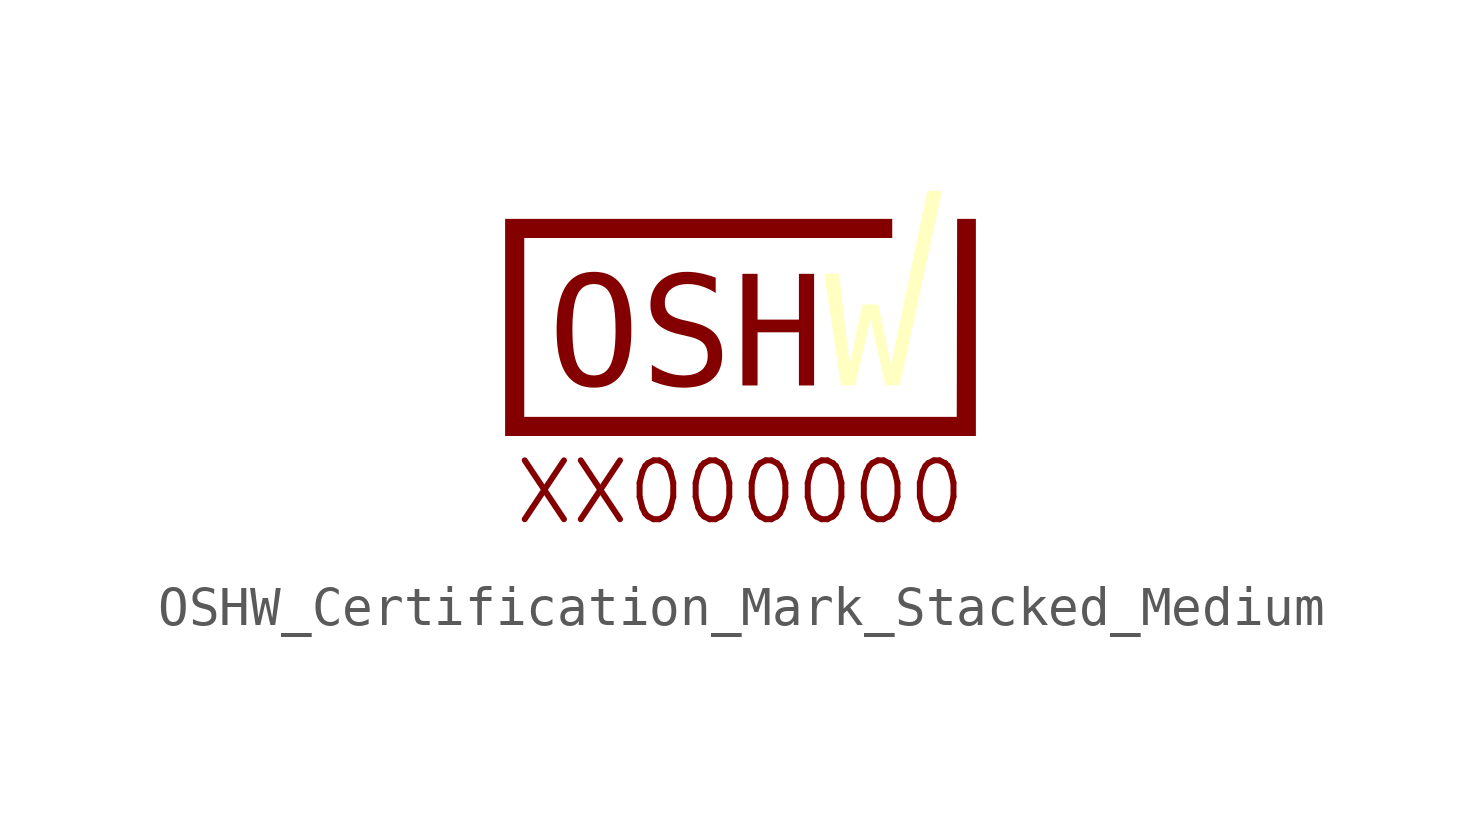
<source format=kicad_sym>
(kicad_symbol_lib
  (version 20241209)
  (generator "kicad_symbol_editor")
  (generator_version "9.0")
  (symbol "OSHW_Certification_Mark_Stacked_Medium"
    (property "Reference" "LOGO"
      (at 0 0 0)
      (effects (font (size 1.27 1.27)) (hide yes)))
    (symbol "OSHW_Certification_Mark_Stacked_Medium_0_1"
      (polyline (pts (xy -3.676 1.047) (xy -3.619 1.042) (xy -3.563 1.035) (xy -3.51 1.025) (xy -3.458 1.012) (xy -3.409 0.997) (xy -3.361 0.978) (xy -3.315 0.957) (xy -3.272 0.932) (xy -3.23 0.905) (xy -3.19 0.875) (xy -3.152 0.842) (xy -3.115 0.807) (xy -3.081 0.768) (xy -3.049 0.727) (xy -3.019 0.682) (xy -2.99 0.635) (xy -2.963 0.585) (xy -2.939 0.532) (xy -2.916 0.476) (xy -2.894 0.416) (xy -2.875 0.354) (xy -2.857 0.289) (xy -2.842 0.222) (xy -2.828 0.151) (xy -2.816 0.077) (xy -2.806 -0.0002) (xy -2.797 -0.08) (xy -2.791 -0.163) (xy -2.786 -0.249) (xy -2.784 -0.337) (xy -2.783 -0.429) (xy -2.784 -0.52) (xy -2.786 -0.609) (xy -2.791 -0.694) (xy -2.797 -0.777) (xy -2.806 -0.857) (xy -2.816 -0.933) (xy -2.828 -1.007) (xy -2.842 -1.078) (xy -2.857 -1.146) (xy -2.875 -1.211) (xy -2.894 -1.273) (xy -2.916 -1.332) (xy -2.939 -1.388) (xy -2.963 -1.441) (xy -2.99 -1.491) (xy -3.019 -1.538) (xy -3.034 -1.561) (xy -3.049 -1.583) (xy -3.065 -1.604) (xy -3.081 -1.624) (xy -3.098 -1.644) (xy -3.115 -1.663) (xy -3.133 -1.681) (xy -3.152 -1.698) (xy -3.17 -1.715) (xy -3.19 -1.731) (xy -3.209 -1.747) (xy -3.23 -1.761) (xy -3.25 -1.775) (xy -3.272 -1.788) (xy -3.293 -1.801) (xy -3.315 -1.813) (xy -3.338 -1.824) (xy -3.361 -1.834) (xy -3.385 -1.844) (xy -3.409 -1.853) (xy -3.433 -1.861) (xy -3.458 -1.869) (xy -3.484 -1.875) (xy -3.51 -1.881) (xy -3.536 -1.887) (xy -3.563 -1.891) (xy -3.619 -1.899) (xy -3.676 -1.903) (xy -3.736 -1.904) (xy -3.795 -1.903) (xy -3.852 -1.899) (xy -3.908 -1.891) (xy -3.961 -1.881) (xy -4.013 -1.869) (xy -4.062 -1.853) (xy -4.11 -1.835) (xy -4.156 -1.813) (xy -4.2 -1.789) (xy -4.242 -1.762) (xy -4.282 -1.732) (xy -4.319 -1.699) (xy -4.356 -1.664) (xy -4.39 -1.625) (xy -4.422 -1.584) (xy -4.452 -1.54) (xy -4.481 -1.493) (xy -4.507 -1.443) (xy -4.532 -1.39) (xy -4.555 -1.334) (xy -4.576 -1.275) (xy -4.595 -1.213) (xy -4.612 -1.148) (xy -4.628 -1.08) (xy -4.642 -1.009) (xy -4.654 -0.935) (xy -4.664 -0.859) (xy -4.672 -0.779) (xy -4.678 -0.696) (xy -4.683 -0.61) (xy -4.686 -0.521) (xy -4.687 -0.429) (xy -4.285 -0.429) (xy -4.282 -0.58) (xy -4.277 -0.719) (xy -4.266 -0.848) (xy -4.253 -0.965) (xy -4.244 -1.02) (xy -4.235 -1.071) (xy -4.224 -1.12) (xy -4.213 -1.166) (xy -4.2 -1.21) (xy -4.187 -1.25) (xy -4.172 -1.288) (xy -4.157 -1.323) (xy -4.14 -1.355) (xy -4.131 -1.371) (xy -4.122 -1.386) (xy -4.112 -1.4) (xy -4.103 -1.414) (xy -4.092 -1.428) (xy -4.082 -1.44) (xy -4.071 -1.453) (xy -4.06 -1.465) (xy -4.048 -1.476) (xy -4.037 -1.487) (xy -4.025 -1.497) (xy -4.012 -1.507) (xy -4 -1.516) (xy -3.987 -1.524) (xy -3.973 -1.532) (xy -3.96 -1.54) (xy -3.946 -1.547) (xy -3.932 -1.554) (xy -3.917 -1.56) (xy -3.902 -1.565) (xy -3.887 -1.57) (xy -3.871 -1.575) (xy -3.855 -1.579) (xy -3.839 -1.582) (xy -3.823 -1.585) (xy -3.806 -1.587) (xy -3.789 -1.589) (xy -3.771 -1.591) (xy -3.736 -1.592) (xy -3.7 -1.591) (xy -3.665 -1.587) (xy -3.631 -1.582) (xy -3.599 -1.575) (xy -3.568 -1.565) (xy -3.539 -1.554) (xy -3.51 -1.54) (xy -3.483 -1.525) (xy -3.458 -1.507) (xy -3.433 -1.487) (xy -3.41 -1.466) (xy -3.389 -1.442) (xy -3.368 -1.415) (xy -3.349 -1.387) (xy -3.331 -1.357) (xy -3.314 -1.325) (xy -3.299 -1.29) (xy -3.284 -1.252) (xy -3.27 -1.211) (xy -3.258 -1.168) (xy -3.246 -1.122) (xy -3.235 -1.073) (xy -3.226 -1.021) (xy -3.217 -0.966) (xy -3.209 -0.909) (xy -3.203 -0.849) (xy -3.197 -0.786) (xy -3.193 -0.72) (xy -3.189 -0.651) (xy -3.187 -0.58) (xy -3.185 -0.506) (xy -3.185 -0.429) (xy -3.187 -0.278) (xy -3.193 -0.138) (xy -3.203 -0.009) (xy -3.217 0.109) (xy -3.226 0.163) (xy -3.235 0.215) (xy -3.246 0.264) (xy -3.258 0.31) (xy -3.27 0.353) (xy -3.284 0.394) (xy -3.299 0.432) (xy -3.314 0.467) (xy -3.331 0.499) (xy -3.34 0.515) (xy -3.349 0.53) (xy -3.358 0.544) (xy -3.368 0.558) (xy -3.378 0.572) (xy -3.389 0.585) (xy -3.399 0.597) (xy -3.41 0.609) (xy -3.422 0.62) (xy -3.433 0.631) (xy -3.446 0.641) (xy -3.458 0.651) (xy -3.47 0.66) (xy -3.483 0.668) (xy -3.497 0.677) (xy -3.51 0.684) (xy -3.524 0.691) (xy -3.539 0.698) (xy -3.553 0.704) (xy -3.568 0.709) (xy -3.584 0.714) (xy -3.599 0.719) (xy -3.615 0.723) (xy -3.631 0.726) (xy -3.648 0.729) (xy -3.665 0.732) (xy -3.682 0.733) (xy -3.7 0.735) (xy -3.736 0.736) (xy -3.771 0.735) (xy -3.806 0.732) (xy -3.839 0.726) (xy -3.871 0.719) (xy -3.902 0.709) (xy -3.932 0.698) (xy -3.96 0.684) (xy -3.987 0.668) (xy -4.012 0.651) (xy -4.037 0.631) (xy -4.06 0.609) (xy -4.082 0.585) (xy -4.103 0.558) (xy -4.122 0.53) (xy -4.14 0.499) (xy -4.157 0.467) (xy -4.172 0.432) (xy -4.187 0.394) (xy -4.2 0.353) (xy -4.213 0.31) (xy -4.224 0.264) (xy -4.235 0.215) (xy -4.244 0.163) (xy -4.253 0.109) (xy -4.26 0.051) (xy -4.266 -0.009) (xy -4.272 -0.072) (xy -4.277 -0.138) (xy -4.28 -0.206) (xy -4.282 -0.278) (xy -4.284 -0.352) (xy -4.285 -0.429) (xy -4.687 -0.429) (xy -4.686 -0.337) (xy -4.683 -0.249) (xy -4.678 -0.163) (xy -4.672 -0.08) (xy -4.664 -0.0002) (xy -4.654 0.077) (xy -4.642 0.151) (xy -4.628 0.222) (xy -4.612 0.289) (xy -4.595 0.354) (xy -4.576 0.416) (xy -4.555 0.476) (xy -4.532 0.532) (xy -4.507 0.585) (xy -4.481 0.635) (xy -4.452 0.682) (xy -4.437 0.705) (xy -4.422 0.727) (xy -4.406 0.748) (xy -4.389 0.768) (xy -4.372 0.788) (xy -4.355 0.807) (xy -4.337 0.825) (xy -4.319 0.842) (xy -4.3 0.859) (xy -4.281 0.875) (xy -4.261 0.891) (xy -4.241 0.905) (xy -4.22 0.919) (xy -4.199 0.932) (xy -4.177 0.945) (xy -4.155 0.957) (xy -4.132 0.968) (xy -4.109 0.978) (xy -4.086 0.988) (xy -4.061 0.997) (xy -4.037 1.005) (xy -4.012 1.012) (xy -3.986 1.019) (xy -3.961 1.025) (xy -3.907 1.035) (xy -3.852 1.042) (xy -3.795 1.047) (xy -3.736 1.048)) (stroke (width -0.0001) (type default)) (fill (type outline)))
      (polyline (pts (xy -2.783 -0.429) (xy -2.783 -0.429) (xy -2.783 -0.429)) (stroke (width -0.0001) (type default)) (fill (type outline)))
      (polyline (pts (xy -1.317 1.047) (xy -1.275 1.045) (xy -1.233 1.042) (xy -1.19 1.038) (xy -1.147 1.033) (xy -1.103 1.026) (xy -1.058 1.018) (xy -1.013 1.01) (xy -0.968 1) (xy -0.921 0.989) (xy -0.875 0.977) (xy -0.827 0.964) (xy -0.779 0.949) (xy -0.731 0.934) (xy -0.682 0.917) (xy -0.632 0.899) (xy -0.632 0.508) (xy -0.676 0.536) (xy -0.72 0.561) (xy -0.764 0.585) (xy -0.808 0.607) (xy -0.852 0.627) (xy -0.896 0.646) (xy -0.94 0.663) (xy -0.985 0.678) (xy -1.028 0.691) (xy -1.073 0.703) (xy -1.117 0.713) (xy -1.161 0.721) (xy -1.205 0.727) (xy -1.25 0.732) (xy -1.294 0.734) (xy -1.339 0.735) (xy -1.373 0.735) (xy -1.405 0.733) (xy -1.437 0.731) (xy -1.468 0.727) (xy -1.498 0.723) (xy -1.528 0.717) (xy -1.556 0.711) (xy -1.583 0.703) (xy -1.61 0.695) (xy -1.635 0.685) (xy -1.66 0.675) (xy -1.684 0.663) (xy -1.706 0.651) (xy -1.728 0.637) (xy -1.75 0.623) (xy -1.77 0.607) (xy -1.789 0.591) (xy -1.807 0.575) (xy -1.824 0.557) (xy -1.839 0.539) (xy -1.853 0.52) (xy -1.866 0.5) (xy -1.878 0.48) (xy -1.889 0.459) (xy -1.898 0.438) (xy -1.906 0.415) (xy -1.913 0.392) (xy -1.918 0.368) (xy -1.923 0.344) (xy -1.926 0.319) (xy -1.927 0.293) (xy -1.928 0.266) (xy -1.928 0.243) (xy -1.927 0.221) (xy -1.925 0.199) (xy -1.922 0.177) (xy -1.918 0.157) (xy -1.914 0.137) (xy -1.908 0.118) (xy -1.902 0.1) (xy -1.895 0.082) (xy -1.888 0.065) (xy -1.879 0.049) (xy -1.87 0.034) (xy -1.86 0.019) (xy -1.849 0.005) (xy -1.838 -0.009) (xy -1.825 -0.022) (xy -1.811 -0.034) (xy -1.796 -0.046) (xy -1.78 -0.058) (xy -1.762 -0.069) (xy -1.742 -0.08) (xy -1.721 -0.091) (xy -1.699 -0.102) (xy -1.675 -0.113) (xy -1.651 -0.123) (xy -1.624 -0.133) (xy -1.596 -0.142) (xy -1.567 -0.152) (xy -1.536 -0.161) (xy -1.504 -0.17) (xy -1.471 -0.179) (xy -1.436 -0.187) (xy -1.234 -0.233) (xy -1.185 -0.245) (xy -1.138 -0.258) (xy -1.092 -0.272) (xy -1.048 -0.286) (xy -1.005 -0.302) (xy -0.965 -0.318) (xy -0.926 -0.335) (xy -0.888 -0.353) (xy -0.853 -0.372) (xy -0.819 -0.392) (xy -0.787 -0.412) (xy -0.756 -0.433) (xy -0.727 -0.455) (xy -0.7 -0.478) (xy -0.675 -0.502) (xy -0.651 -0.527) (xy -0.629 -0.552) (xy -0.608 -0.579) (xy -0.589 -0.607) (xy -0.571 -0.636) (xy -0.555 -0.666) (xy -0.54 -0.697) (xy -0.526 -0.73) (xy -0.514 -0.763) (xy -0.503 -0.798) (xy -0.494 -0.833) (xy -0.486 -0.87) (xy -0.479 -0.908) (xy -0.474 -0.948) (xy -0.471 -0.988) (xy -0.469 -1.029) (xy -0.468 -1.072) (xy -0.469 -1.122) (xy -0.472 -1.17) (xy -0.477 -1.217) (xy -0.484 -1.263) (xy -0.493 -1.307) (xy -0.503 -1.349) (xy -0.516 -1.39) (xy -0.531 -1.43) (xy -0.548 -1.468) (xy -0.566 -1.504) (xy -0.587 -1.539) (xy -0.61 -1.572) (xy -0.634 -1.604) (xy -0.661 -1.635) (xy -0.689 -1.664) (xy -0.72 -1.691) (xy -0.752 -1.717) (xy -0.786 -1.741) (xy -0.822 -1.764) (xy -0.86 -1.785) (xy -0.899 -1.804) (xy -0.941 -1.821) (xy -0.984 -1.837) (xy -1.028 -1.851) (xy -1.075 -1.864) (xy -1.123 -1.875) (xy -1.174 -1.884) (xy -1.226 -1.891) (xy -1.28 -1.897) (xy -1.335 -1.901) (xy -1.392 -1.904) (xy -1.452 -1.905) (xy -1.502 -1.904) (xy -1.552 -1.902) (xy -1.602 -1.899) (xy -1.652 -1.894) (xy -1.702 -1.888) (xy -1.753 -1.88) (xy -1.803 -1.871) (xy -1.854 -1.861) (xy -1.904 -1.85) (xy -1.955 -1.837) (xy -2.006 -1.823) (xy -2.056 -1.808) (xy -2.107 -1.791) (xy -2.158 -1.773) (xy -2.209 -1.754) (xy -2.26 -1.733) (xy -2.26 -1.323) (xy -2.205 -1.357) (xy -2.152 -1.388) (xy -2.099 -1.417) (xy -2.047 -1.444) (xy -1.995 -1.468) (xy -1.945 -1.49) (xy -1.895 -1.51) (xy -1.846 -1.527) (xy -1.797 -1.542) (xy -1.748 -1.556) (xy -1.699 -1.567) (xy -1.649 -1.576) (xy -1.6 -1.583) (xy -1.551 -1.588) (xy -1.501 -1.591) (xy -1.452 -1.592) (xy -1.416 -1.592) (xy -1.381 -1.59) (xy -1.347 -1.587) (xy -1.314 -1.584) (xy -1.282 -1.579) (xy -1.251 -1.574) (xy -1.221 -1.567) (xy -1.192 -1.56) (xy -1.165 -1.551) (xy -1.138 -1.542) (xy -1.112 -1.531) (xy -1.087 -1.519) (xy -1.063 -1.506) (xy -1.04 -1.493) (xy -1.019 -1.478) (xy -0.998 -1.462) (xy -0.978 -1.446) (xy -0.96 -1.428) (xy -0.943 -1.41) (xy -0.927 -1.39) (xy -0.912 -1.37) (xy -0.899 -1.349) (xy -0.887 -1.328) (xy -0.876 -1.305) (xy -0.867 -1.282) (xy -0.859 -1.258) (xy -0.852 -1.233) (xy -0.846 -1.207) (xy -0.842 -1.181) (xy -0.839 -1.153) (xy -0.837 -1.125) (xy -0.836 -1.097) (xy -0.836 -1.07) (xy -0.838 -1.045) (xy -0.84 -1.02) (xy -0.843 -0.996) (xy -0.847 -0.973) (xy -0.852 -0.951) (xy -0.858 -0.929) (xy -0.864 -0.908) (xy -0.872 -0.888) (xy -0.88 -0.869) (xy -0.889 -0.851) (xy -0.899 -0.833) (xy -0.91 -0.816) (xy -0.922 -0.8) (xy -0.935 -0.785) (xy -0.948 -0.771) (xy -0.963 -0.757) (xy -0.979 -0.743) (xy -0.996 -0.73) (xy -1.014 -0.718) (xy -1.034 -0.705) (xy -1.055 -0.694) (xy -1.077 -0.682) (xy -1.1 -0.671) (xy -1.125 -0.66) (xy -1.151 -0.65) (xy -1.179 -0.64) (xy -1.208 -0.631) (xy -1.238 -0.622) (xy -1.269 -0.613) (xy -1.301 -0.605) (xy -1.335 -0.597) (xy -1.541 -0.549) (xy -1.59 -0.538) (xy -1.637 -0.526) (xy -1.682 -0.513) (xy -1.726 -0.499) (xy -1.768 -0.485) (xy -1.808 -0.469) (xy -1.847 -0.454) (xy -1.883 -0.437) (xy -1.918 -0.42) (xy -1.952 -0.402) (xy -1.984 -0.383) (xy -2.014 -0.364) (xy -2.042 -0.344) (xy -2.069 -0.323) (xy -2.094 -0.301) (xy -2.117 -0.279) (xy -2.139 -0.256) (xy -2.159 -0.232) (xy -2.178 -0.207) (xy -2.195 -0.181) (xy -2.211 -0.154) (xy -2.226 -0.126) (xy -2.239 -0.097) (xy -2.251 -0.067) (xy -2.262 -0.036) (xy -2.271 -0.004) (xy -2.278 0.029) (xy -2.285 0.062) (xy -2.29 0.097) (xy -2.293 0.133) (xy -2.295 0.17) (xy -2.296 0.207) (xy -2.295 0.254) (xy -2.292 0.3) (xy -2.287 0.345) (xy -2.28 0.388) (xy -2.271 0.43) (xy -2.26 0.472) (xy -2.247 0.511) (xy -2.232 0.55) (xy -2.215 0.588) (xy -2.196 0.624) (xy -2.175 0.659) (xy -2.152 0.693) (xy -2.127 0.726) (xy -2.1 0.757) (xy -2.071 0.788) (xy -2.041 0.817) (xy -2.008 0.845) (xy -1.974 0.871) (xy -1.938 0.895) (xy -1.901 0.918) (xy -1.863 0.939) (xy -1.824 0.958) (xy -1.783 0.975) (xy -1.741 0.99) (xy -1.698 1.004) (xy -1.653 1.015) (xy -1.607 1.025) (xy -1.56 1.033) (xy -1.512 1.04) (xy -1.462 1.044) (xy -1.411 1.047) (xy -1.358 1.048)) (stroke (width -0.0001) (type default)) (fill (type outline)))
      (polyline (pts (xy 0.435 -0.17) (xy 1.489 -0.17) (xy 1.489 0.997) (xy 1.876 0.997) (xy 1.876 -1.849) (xy 1.489 -1.849) (xy 1.489 -0.494) (xy 0.435 -0.494) (xy 0.435 -1.849) (xy 0.048 -1.849) (xy 0.048 0.997) (xy 0.435 0.997)) (stroke (width -0.0001) (type default)) (fill (type outline)))
      (polyline (pts (xy 6 -3.137) (xy -6 -3.137) (xy -6 2.398) (xy -6 2.398) (xy 3.868 2.398) (xy 3.868 1.91) (xy -5.512 1.91) (xy -5.512 -2.649) (xy 5.512 -2.649) (xy 5.522 2.398) (xy 6 2.398)) (stroke (width -0.0001) (type default)) (fill (type outline))))
    (symbol "OSHW_Certification_Mark_Stacked_Medium_1_1"
      (polyline (pts (xy 4.061 -1.849) (xy 3.696 -1.849) (xy 3.309 -0.158) (xy 2.925 -1.849) (xy 2.561 -1.849) (xy 2.135 0.997) (xy 2.511 0.997) (xy 2.784 -1.313) (xy 3.107 0.215) (xy 3.51 0.215) (xy 3.837 -1.317) (xy 4.761 3.111) (xy 5.136 3.111)) (stroke (width -0.0001) (type default)) (fill (type background)))
      (text "XX000000" (at 0 -4.572 0) (effects (font (size 1.5 1.5)))))))
</source>
